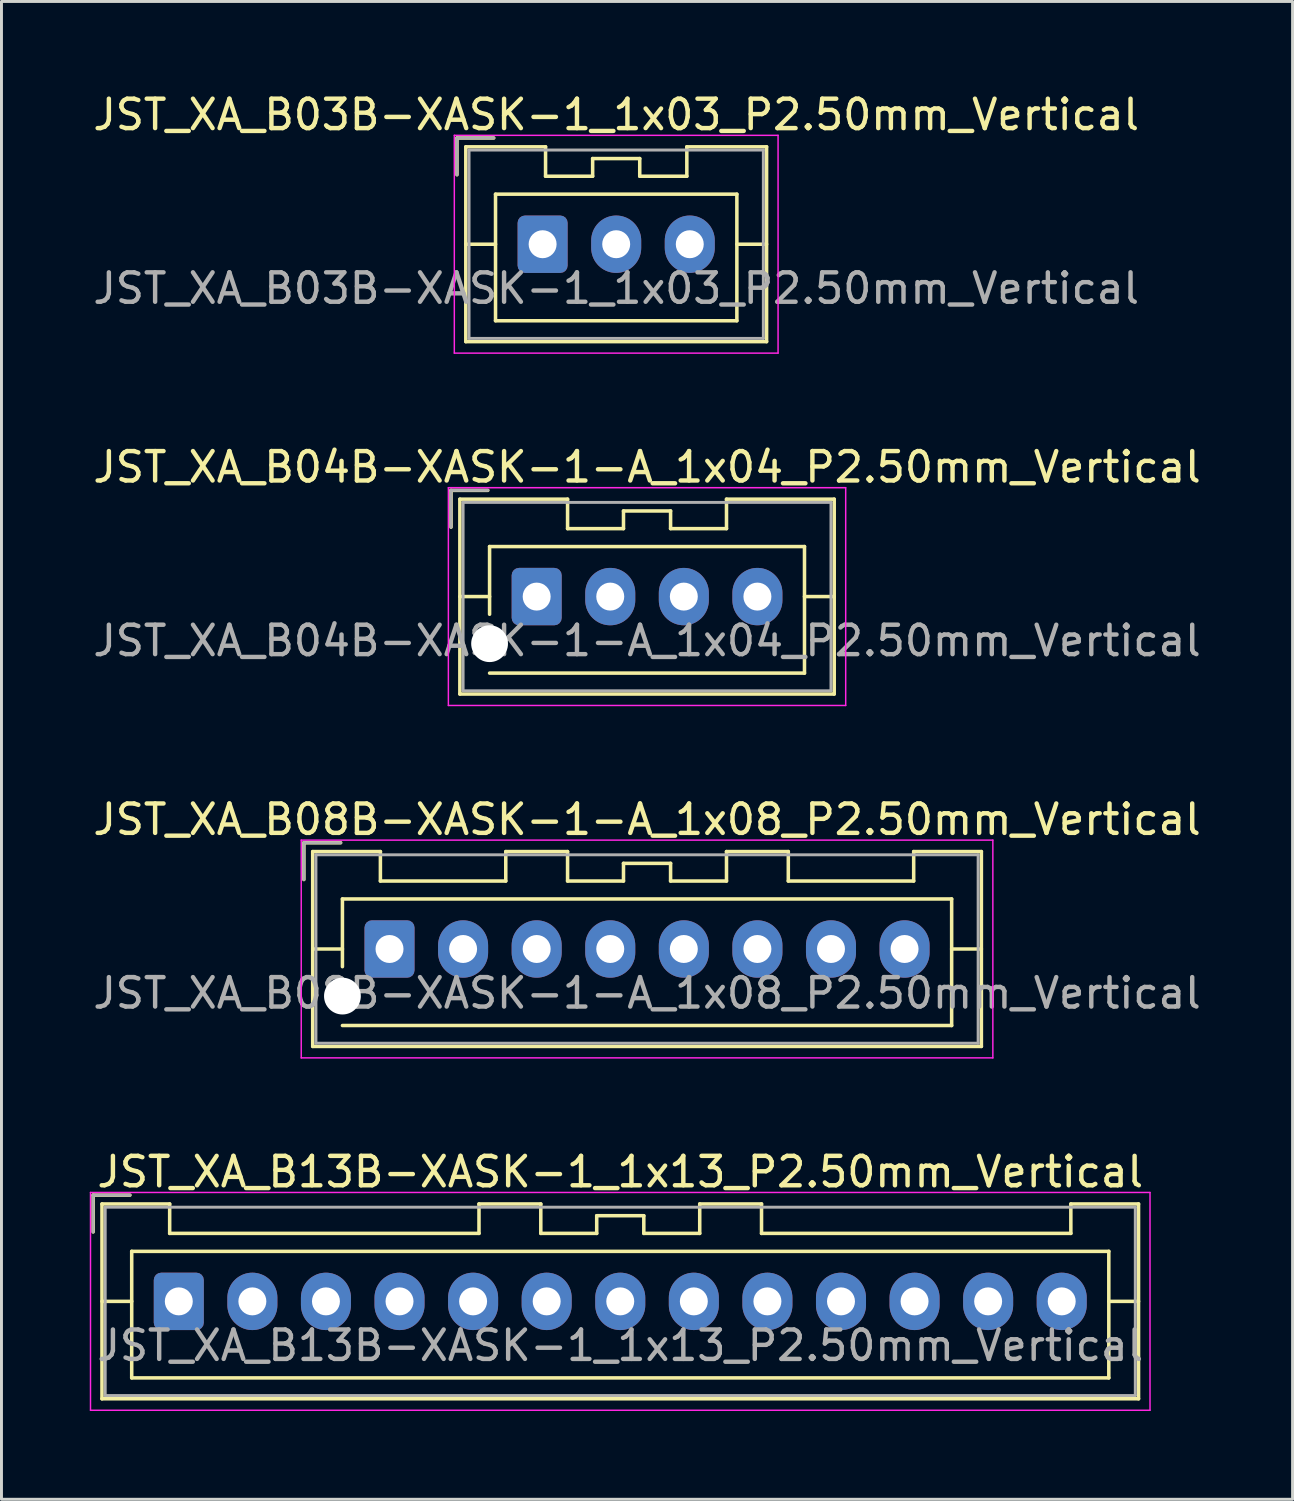
<source format=kicad_pcb>
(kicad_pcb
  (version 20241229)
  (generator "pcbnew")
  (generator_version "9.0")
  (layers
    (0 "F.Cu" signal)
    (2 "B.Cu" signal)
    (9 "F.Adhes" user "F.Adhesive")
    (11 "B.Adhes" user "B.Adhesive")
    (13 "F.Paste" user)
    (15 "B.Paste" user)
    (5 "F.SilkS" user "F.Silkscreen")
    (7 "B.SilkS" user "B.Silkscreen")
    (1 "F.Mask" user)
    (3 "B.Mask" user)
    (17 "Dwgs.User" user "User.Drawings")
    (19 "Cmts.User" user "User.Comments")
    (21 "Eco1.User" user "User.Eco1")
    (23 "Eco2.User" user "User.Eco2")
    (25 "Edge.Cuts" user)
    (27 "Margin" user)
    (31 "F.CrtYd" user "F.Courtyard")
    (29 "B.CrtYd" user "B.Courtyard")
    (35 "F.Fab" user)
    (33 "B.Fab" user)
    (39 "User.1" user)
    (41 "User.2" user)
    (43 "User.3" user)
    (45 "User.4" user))
  (footprint "JST_XA_B13B-XASK-1_1x13_P2.50mm_Vertical"
    (layer "F.Cu")
    (at 3.025 41.168)
    (property "Reference" "JST_XA_B13B-XASK-1_1x13_P2.50mm_Vertical" (at 15 -4.4 0) (layer "F.SilkS") (effects (font (size 1 1) (thickness 0.15))))
    (attr through_hole)
    (fp_line (start -2.91 -3.61) (end -2.91 -2.36) (stroke (width 0.12) (type solid)) (layer "F.SilkS"))
    (fp_line (start -2.61 -3.31) (end -2.61 3.31) (stroke (width 0.12) (type solid)) (layer "F.SilkS"))
    (fp_line (start -2.61 0) (end -1.6 0) (stroke (width 0.12) (type solid)) (layer "F.SilkS"))
    (fp_line (start -2.61 3.31) (end 32.61 3.31) (stroke (width 0.12) (type solid)) (layer "F.SilkS"))
    (fp_line (start -1.66 -3.61) (end -2.91 -3.61) (stroke (width 0.12) (type solid)) (layer "F.SilkS"))
    (fp_line (start -1.6 -1.7) (end -1.6 2.6) (stroke (width 0.12) (type solid)) (layer "F.SilkS"))
    (fp_line (start -1.6 2.6) (end 31.6 2.6) (stroke (width 0.12) (type solid)) (layer "F.SilkS"))
    (fp_line (start -0.31 -3.31) (end -2.61 -3.31) (stroke (width 0.12) (type solid)) (layer "F.SilkS"))
    (fp_line (start -0.31 -2.31) (end -0.31 -3.31) (stroke (width 0.12) (type solid)) (layer "F.SilkS"))
    (fp_line (start 10.2 -3.31) (end 10.2 -2.31) (stroke (width 0.12) (type solid)) (layer "F.SilkS"))
    (fp_line (start 10.2 -2.31) (end -0.31 -2.31) (stroke (width 0.12) (type solid)) (layer "F.SilkS"))
    (fp_line (start 12.3 -3.31) (end 10.2 -3.31) (stroke (width 0.12) (type solid)) (layer "F.SilkS"))
    (fp_line (start 12.3 -2.31) (end 12.3 -3.31) (stroke (width 0.12) (type solid)) (layer "F.SilkS"))
    (fp_line (start 14.2 -2.91) (end 14.2 -2.31) (stroke (width 0.12) (type solid)) (layer "F.SilkS"))
    (fp_line (start 14.2 -2.31) (end 12.3 -2.31) (stroke (width 0.12) (type solid)) (layer "F.SilkS"))
    (fp_line (start 15.8 -2.91) (end 14.2 -2.91) (stroke (width 0.12) (type solid)) (layer "F.SilkS"))
    (fp_line (start 15.8 -2.31) (end 15.8 -2.91) (stroke (width 0.12) (type solid)) (layer "F.SilkS"))
    (fp_line (start 17.7 -3.31) (end 17.7 -2.31) (stroke (width 0.12) (type solid)) (layer "F.SilkS"))
    (fp_line (start 17.7 -2.31) (end 15.8 -2.31) (stroke (width 0.12) (type solid)) (layer "F.SilkS"))
    (fp_line (start 19.8 -3.31) (end 17.7 -3.31) (stroke (width 0.12) (type solid)) (layer "F.SilkS"))
    (fp_line (start 19.8 -2.31) (end 19.8 -3.31) (stroke (width 0.12) (type solid)) (layer "F.SilkS"))
    (fp_line (start 30.31 -3.31) (end 30.31 -2.31) (stroke (width 0.12) (type solid)) (layer "F.SilkS"))
    (fp_line (start 30.31 -2.31) (end 19.8 -2.31) (stroke (width 0.12) (type solid)) (layer "F.SilkS"))
    (fp_line (start 31.6 -1.7) (end -1.6 -1.7) (stroke (width 0.12) (type solid)) (layer "F.SilkS"))
    (fp_line (start 31.6 2.6) (end 31.6 -1.7) (stroke (width 0.12) (type solid)) (layer "F.SilkS"))
    (fp_line (start 32.61 -3.31) (end 30.31 -3.31) (stroke (width 0.12) (type solid)) (layer "F.SilkS"))
    (fp_line (start 32.61 0) (end 31.6 0) (stroke (width 0.12) (type solid)) (layer "F.SilkS"))
    (fp_line (start 32.61 3.31) (end 32.61 -3.31) (stroke (width 0.12) (type solid)) (layer "F.SilkS"))
    (fp_line (start -3 -3.7) (end -3 3.7) (stroke (width 0.05) (type solid)) (layer "F.CrtYd"))
    (fp_line (start -3 3.7) (end 33 3.7) (stroke (width 0.05) (type solid)) (layer "F.CrtYd"))
    (fp_line (start 33 -3.7) (end -3 -3.7) (stroke (width 0.05) (type solid)) (layer "F.CrtYd"))
    (fp_line (start 33 3.7) (end 33 -3.7) (stroke (width 0.05) (type solid)) (layer "F.CrtYd"))
    (fp_line (start -2.91 -3.61) (end -2.91 -2.36) (stroke (width 0.1) (type solid)) (layer "F.Fab"))
    (fp_line (start -2.5 -3.2) (end -2.5 3.2) (stroke (width 0.1) (type solid)) (layer "F.Fab"))
    (fp_line (start -2.5 3.2) (end 32.5 3.2) (stroke (width 0.1) (type solid)) (layer "F.Fab"))
    (fp_line (start -1.66 -3.61) (end -2.91 -3.61) (stroke (width 0.1) (type solid)) (layer "F.Fab"))
    (fp_line (start 32.5 -3.2) (end -2.5 -3.2) (stroke (width 0.1) (type solid)) (layer "F.Fab"))
    (fp_line (start 32.5 3.2) (end 32.5 -3.2) (stroke (width 0.1) (type solid)) (layer "F.Fab"))
    (fp_text user "${REFERENCE}" (at 15 1.5 0) (layer "F.Fab") (effects (font (size 1 1) (thickness 0.15))))
    (pad "1" thru_hole roundrect (at 0 0) (size 1.7 1.95) (drill 0.95) (layers "*.Cu" "*.Mask") (roundrect_rratio 0.147))
    (pad "2" thru_hole oval (at 2.5 0) (size 1.7 1.95) (drill 0.95) (layers "*.Cu" "*.Mask"))
    (pad "3" thru_hole oval (at 5 0) (size 1.7 1.95) (drill 0.95) (layers "*.Cu" "*.Mask"))
    (pad "4" thru_hole oval (at 7.5 0) (size 1.7 1.95) (drill 0.95) (layers "*.Cu" "*.Mask"))
    (pad "5" thru_hole oval (at 10 0) (size 1.7 1.95) (drill 0.95) (layers "*.Cu" "*.Mask"))
    (pad "6" thru_hole oval (at 12.5 0) (size 1.7 1.95) (drill 0.95) (layers "*.Cu" "*.Mask"))
    (pad "7" thru_hole oval (at 15 0) (size 1.7 1.95) (drill 0.95) (layers "*.Cu" "*.Mask"))
    (pad "8" thru_hole oval (at 17.5 0) (size 1.7 1.95) (drill 0.95) (layers "*.Cu" "*.Mask"))
    (pad "9" thru_hole oval (at 20 0) (size 1.7 1.95) (drill 0.95) (layers "*.Cu" "*.Mask"))
    (pad "10" thru_hole oval (at 22.5 0) (size 1.7 1.95) (drill 0.95) (layers "*.Cu" "*.Mask"))
    (pad "11" thru_hole oval (at 25 0) (size 1.7 1.95) (drill 0.95) (layers "*.Cu" "*.Mask"))
    (pad "12" thru_hole oval (at 27.5 0) (size 1.7 1.95) (drill 0.95) (layers "*.Cu" "*.Mask"))
    (pad "13" thru_hole oval (at 30 0) (size 1.7 1.95) (drill 0.95) (layers "*.Cu" "*.Mask")))
  (footprint "JST_XA_B08B-XASK-1-A_1x08_P2.50mm_Vertical"
    (layer "F.Cu")
    (at 10.185 29.195)
    (property "Reference" "JST_XA_B08B-XASK-1-A_1x08_P2.50mm_Vertical" (at 8.75 -4.4 0) (layer "F.SilkS") (effects (font (size 1 1) (thickness 0.15))))
    (attr through_hole)
    (fp_line (start -2.91 -3.61) (end -2.91 -2.36) (stroke (width 0.12) (type solid)) (layer "F.SilkS"))
    (fp_line (start -2.61 -3.31) (end -2.61 3.31) (stroke (width 0.12) (type solid)) (layer "F.SilkS"))
    (fp_line (start -2.61 0) (end -1.6 0) (stroke (width 0.12) (type solid)) (layer "F.SilkS"))
    (fp_line (start -2.61 3.31) (end 20.11 3.31) (stroke (width 0.12) (type solid)) (layer "F.SilkS"))
    (fp_line (start -1.66 -3.61) (end -2.91 -3.61) (stroke (width 0.12) (type solid)) (layer "F.SilkS"))
    (fp_line (start -1.6 -1.7) (end 19.1 -1.7) (stroke (width 0.12) (type solid)) (layer "F.SilkS"))
    (fp_line (start -1.6 0.6) (end -1.6 -1.7) (stroke (width 0.12) (type solid)) (layer "F.SilkS"))
    (fp_line (start -0.31 -3.31) (end -2.61 -3.31) (stroke (width 0.12) (type solid)) (layer "F.SilkS"))
    (fp_line (start -0.31 -2.31) (end -0.31 -3.31) (stroke (width 0.12) (type solid)) (layer "F.SilkS"))
    (fp_line (start 3.95 -3.31) (end 3.95 -2.31) (stroke (width 0.12) (type solid)) (layer "F.SilkS"))
    (fp_line (start 3.95 -2.31) (end -0.31 -2.31) (stroke (width 0.12) (type solid)) (layer "F.SilkS"))
    (fp_line (start 6.05 -3.31) (end 3.95 -3.31) (stroke (width 0.12) (type solid)) (layer "F.SilkS"))
    (fp_line (start 6.05 -2.31) (end 6.05 -3.31) (stroke (width 0.12) (type solid)) (layer "F.SilkS"))
    (fp_line (start 7.95 -2.91) (end 7.95 -2.31) (stroke (width 0.12) (type solid)) (layer "F.SilkS"))
    (fp_line (start 7.95 -2.31) (end 6.05 -2.31) (stroke (width 0.12) (type solid)) (layer "F.SilkS"))
    (fp_line (start 9.55 -2.91) (end 7.95 -2.91) (stroke (width 0.12) (type solid)) (layer "F.SilkS"))
    (fp_line (start 9.55 -2.31) (end 9.55 -2.91) (stroke (width 0.12) (type solid)) (layer "F.SilkS"))
    (fp_line (start 11.45 -3.31) (end 11.45 -2.31) (stroke (width 0.12) (type solid)) (layer "F.SilkS"))
    (fp_line (start 11.45 -2.31) (end 9.55 -2.31) (stroke (width 0.12) (type solid)) (layer "F.SilkS"))
    (fp_line (start 13.55 -3.31) (end 11.45 -3.31) (stroke (width 0.12) (type solid)) (layer "F.SilkS"))
    (fp_line (start 13.55 -2.31) (end 13.55 -3.31) (stroke (width 0.12) (type solid)) (layer "F.SilkS"))
    (fp_line (start 17.81 -3.31) (end 17.81 -2.31) (stroke (width 0.12) (type solid)) (layer "F.SilkS"))
    (fp_line (start 17.81 -2.31) (end 13.55 -2.31) (stroke (width 0.12) (type solid)) (layer "F.SilkS"))
    (fp_line (start 19.1 -1.7) (end 19.1 2.6) (stroke (width 0.12) (type solid)) (layer "F.SilkS"))
    (fp_line (start 19.1 2.6) (end -1.6 2.6) (stroke (width 0.12) (type solid)) (layer "F.SilkS"))
    (fp_line (start 20.11 -3.31) (end 17.81 -3.31) (stroke (width 0.12) (type solid)) (layer "F.SilkS"))
    (fp_line (start 20.11 0) (end 19.1 0) (stroke (width 0.12) (type solid)) (layer "F.SilkS"))
    (fp_line (start 20.11 3.31) (end 20.11 -3.31) (stroke (width 0.12) (type solid)) (layer "F.SilkS"))
    (fp_line (start -3 -3.7) (end -3 3.7) (stroke (width 0.05) (type solid)) (layer "F.CrtYd"))
    (fp_line (start -3 3.7) (end 20.5 3.7) (stroke (width 0.05) (type solid)) (layer "F.CrtYd"))
    (fp_line (start 20.5 -3.7) (end -3 -3.7) (stroke (width 0.05) (type solid)) (layer "F.CrtYd"))
    (fp_line (start 20.5 3.7) (end 20.5 -3.7) (stroke (width 0.05) (type solid)) (layer "F.CrtYd"))
    (fp_line (start -2.91 -3.61) (end -2.91 -2.36) (stroke (width 0.1) (type solid)) (layer "F.Fab"))
    (fp_line (start -2.5 -3.2) (end -2.5 3.2) (stroke (width 0.1) (type solid)) (layer "F.Fab"))
    (fp_line (start -2.5 3.2) (end 20 3.2) (stroke (width 0.1) (type solid)) (layer "F.Fab"))
    (fp_line (start -1.66 -3.61) (end -2.91 -3.61) (stroke (width 0.1) (type solid)) (layer "F.Fab"))
    (fp_line (start 20 -3.2) (end -2.5 -3.2) (stroke (width 0.1) (type solid)) (layer "F.Fab"))
    (fp_line (start 20 3.2) (end 20 -3.2) (stroke (width 0.1) (type solid)) (layer "F.Fab"))
    (fp_text user "${REFERENCE}" (at 8.75 1.5 0) (layer "F.Fab") (effects (font (size 1 1) (thickness 0.15))))
    (pad "" np_thru_hole circle (at -1.6 1.6) (size 1.25 1.25) (drill 1.25) (layers "*.Cu" "*.Mask"))
    (pad "1" thru_hole roundrect (at 0 0) (size 1.7 1.95) (drill 0.95) (layers "*.Cu" "*.Mask") (roundrect_rratio 0.147))
    (pad "2" thru_hole oval (at 2.5 0) (size 1.7 1.95) (drill 0.95) (layers "*.Cu" "*.Mask"))
    (pad "3" thru_hole oval (at 5 0) (size 1.7 1.95) (drill 0.95) (layers "*.Cu" "*.Mask"))
    (pad "4" thru_hole oval (at 7.5 0) (size 1.7 1.95) (drill 0.95) (layers "*.Cu" "*.Mask"))
    (pad "5" thru_hole oval (at 10 0) (size 1.7 1.95) (drill 0.95) (layers "*.Cu" "*.Mask"))
    (pad "6" thru_hole oval (at 12.5 0) (size 1.7 1.95) (drill 0.95) (layers "*.Cu" "*.Mask"))
    (pad "7" thru_hole oval (at 15 0) (size 1.7 1.95) (drill 0.95) (layers "*.Cu" "*.Mask"))
    (pad "8" thru_hole oval (at 17.5 0) (size 1.7 1.95) (drill 0.95) (layers "*.Cu" "*.Mask")))
  (footprint "JST_XA_B03B-XASK-1_1x03_P2.50mm_Vertical"
    (layer "F.Cu")
    (at 15.387 5.248)
    (property "Reference" "JST_XA_B03B-XASK-1_1x03_P2.50mm_Vertical" (at 2.5 -4.4 0) (layer "F.SilkS") (effects (font (size 1 1) (thickness 0.15))))
    (attr through_hole)
    (fp_line (start -2.91 -3.61) (end -2.91 -2.36) (stroke (width 0.12) (type solid)) (layer "F.SilkS"))
    (fp_line (start -2.61 -3.31) (end -2.61 3.31) (stroke (width 0.12) (type solid)) (layer "F.SilkS"))
    (fp_line (start -2.61 0) (end -1.6 0) (stroke (width 0.12) (type solid)) (layer "F.SilkS"))
    (fp_line (start -2.61 3.31) (end 7.61 3.31) (stroke (width 0.12) (type solid)) (layer "F.SilkS"))
    (fp_line (start -1.66 -3.61) (end -2.91 -3.61) (stroke (width 0.12) (type solid)) (layer "F.SilkS"))
    (fp_line (start -1.6 -1.7) (end -1.6 2.6) (stroke (width 0.12) (type solid)) (layer "F.SilkS"))
    (fp_line (start -1.6 2.6) (end 6.6 2.6) (stroke (width 0.12) (type solid)) (layer "F.SilkS"))
    (fp_line (start 0.1 -3.31) (end -2.61 -3.31) (stroke (width 0.12) (type solid)) (layer "F.SilkS"))
    (fp_line (start 0.1 -2.31) (end 0.1 -3.31) (stroke (width 0.12) (type solid)) (layer "F.SilkS"))
    (fp_line (start 1.7 -2.91) (end 1.7 -2.31) (stroke (width 0.12) (type solid)) (layer "F.SilkS"))
    (fp_line (start 1.7 -2.31) (end 0.1 -2.31) (stroke (width 0.12) (type solid)) (layer "F.SilkS"))
    (fp_line (start 3.3 -2.91) (end 1.7 -2.91) (stroke (width 0.12) (type solid)) (layer "F.SilkS"))
    (fp_line (start 3.3 -2.31) (end 3.3 -2.91) (stroke (width 0.12) (type solid)) (layer "F.SilkS"))
    (fp_line (start 4.9 -3.31) (end 4.9 -2.31) (stroke (width 0.12) (type solid)) (layer "F.SilkS"))
    (fp_line (start 4.9 -2.31) (end 3.3 -2.31) (stroke (width 0.12) (type solid)) (layer "F.SilkS"))
    (fp_line (start 6.6 -1.7) (end -1.6 -1.7) (stroke (width 0.12) (type solid)) (layer "F.SilkS"))
    (fp_line (start 6.6 2.6) (end 6.6 -1.7) (stroke (width 0.12) (type solid)) (layer "F.SilkS"))
    (fp_line (start 7.61 -3.31) (end 4.9 -3.31) (stroke (width 0.12) (type solid)) (layer "F.SilkS"))
    (fp_line (start 7.61 0) (end 6.6 0) (stroke (width 0.12) (type solid)) (layer "F.SilkS"))
    (fp_line (start 7.61 3.31) (end 7.61 -3.31) (stroke (width 0.12) (type solid)) (layer "F.SilkS"))
    (fp_line (start -3 -3.7) (end -3 3.7) (stroke (width 0.05) (type solid)) (layer "F.CrtYd"))
    (fp_line (start -3 3.7) (end 8 3.7) (stroke (width 0.05) (type solid)) (layer "F.CrtYd"))
    (fp_line (start 8 -3.7) (end -3 -3.7) (stroke (width 0.05) (type solid)) (layer "F.CrtYd"))
    (fp_line (start 8 3.7) (end 8 -3.7) (stroke (width 0.05) (type solid)) (layer "F.CrtYd"))
    (fp_line (start -2.91 -3.61) (end -2.91 -2.36) (stroke (width 0.1) (type solid)) (layer "F.Fab"))
    (fp_line (start -2.5 -3.2) (end -2.5 3.2) (stroke (width 0.1) (type solid)) (layer "F.Fab"))
    (fp_line (start -2.5 3.2) (end 7.5 3.2) (stroke (width 0.1) (type solid)) (layer "F.Fab"))
    (fp_line (start -1.66 -3.61) (end -2.91 -3.61) (stroke (width 0.1) (type solid)) (layer "F.Fab"))
    (fp_line (start 7.5 -3.2) (end -2.5 -3.2) (stroke (width 0.1) (type solid)) (layer "F.Fab"))
    (fp_line (start 7.5 3.2) (end 7.5 -3.2) (stroke (width 0.1) (type solid)) (layer "F.Fab"))
    (fp_text user "${REFERENCE}" (at 2.5 1.5 0) (layer "F.Fab") (effects (font (size 1 1) (thickness 0.15))))
    (pad "1" thru_hole roundrect (at 0 0) (size 1.7 1.95) (drill 0.95) (layers "*.Cu" "*.Mask") (roundrect_rratio 0.147))
    (pad "2" thru_hole oval (at 2.5 0) (size 1.7 1.95) (drill 0.95) (layers "*.Cu" "*.Mask"))
    (pad "3" thru_hole oval (at 5 0) (size 1.7 1.95) (drill 0.95) (layers "*.Cu" "*.Mask")))
  (footprint "JST_XA_B04B-XASK-1-A_1x04_P2.50mm_Vertical"
    (layer "F.Cu")
    (at 15.185 17.221)
    (property "Reference" "JST_XA_B04B-XASK-1-A_1x04_P2.50mm_Vertical" (at 3.75 -4.4 0) (layer "F.SilkS") (effects (font (size 1 1) (thickness 0.15))))
    (attr through_hole)
    (fp_line (start -2.91 -3.61) (end -2.91 -2.36) (stroke (width 0.12) (type solid)) (layer "F.SilkS"))
    (fp_line (start -2.61 -3.31) (end -2.61 3.31) (stroke (width 0.12) (type solid)) (layer "F.SilkS"))
    (fp_line (start -2.61 0) (end -1.6 0) (stroke (width 0.12) (type solid)) (layer "F.SilkS"))
    (fp_line (start -2.61 3.31) (end 10.11 3.31) (stroke (width 0.12) (type solid)) (layer "F.SilkS"))
    (fp_line (start -1.66 -3.61) (end -2.91 -3.61) (stroke (width 0.12) (type solid)) (layer "F.SilkS"))
    (fp_line (start -1.6 -1.7) (end 9.1 -1.7) (stroke (width 0.12) (type solid)) (layer "F.SilkS"))
    (fp_line (start -1.6 0.6) (end -1.6 -1.7) (stroke (width 0.12) (type solid)) (layer "F.SilkS"))
    (fp_line (start 1.05 -3.31) (end -2.61 -3.31) (stroke (width 0.12) (type solid)) (layer "F.SilkS"))
    (fp_line (start 1.05 -2.31) (end 1.05 -3.31) (stroke (width 0.12) (type solid)) (layer "F.SilkS"))
    (fp_line (start 2.95 -2.91) (end 2.95 -2.31) (stroke (width 0.12) (type solid)) (layer "F.SilkS"))
    (fp_line (start 2.95 -2.31) (end 1.05 -2.31) (stroke (width 0.12) (type solid)) (layer "F.SilkS"))
    (fp_line (start 4.55 -2.91) (end 2.95 -2.91) (stroke (width 0.12) (type solid)) (layer "F.SilkS"))
    (fp_line (start 4.55 -2.31) (end 4.55 -2.91) (stroke (width 0.12) (type solid)) (layer "F.SilkS"))
    (fp_line (start 6.45 -3.31) (end 6.45 -2.31) (stroke (width 0.12) (type solid)) (layer "F.SilkS"))
    (fp_line (start 6.45 -2.31) (end 4.55 -2.31) (stroke (width 0.12) (type solid)) (layer "F.SilkS"))
    (fp_line (start 9.1 -1.7) (end 9.1 2.6) (stroke (width 0.12) (type solid)) (layer "F.SilkS"))
    (fp_line (start 9.1 2.6) (end -1.6 2.6) (stroke (width 0.12) (type solid)) (layer "F.SilkS"))
    (fp_line (start 10.11 -3.31) (end 6.45 -3.31) (stroke (width 0.12) (type solid)) (layer "F.SilkS"))
    (fp_line (start 10.11 0) (end 9.1 0) (stroke (width 0.12) (type solid)) (layer "F.SilkS"))
    (fp_line (start 10.11 3.31) (end 10.11 -3.31) (stroke (width 0.12) (type solid)) (layer "F.SilkS"))
    (fp_line (start -3 -3.7) (end -3 3.7) (stroke (width 0.05) (type solid)) (layer "F.CrtYd"))
    (fp_line (start -3 3.7) (end 10.5 3.7) (stroke (width 0.05) (type solid)) (layer "F.CrtYd"))
    (fp_line (start 10.5 -3.7) (end -3 -3.7) (stroke (width 0.05) (type solid)) (layer "F.CrtYd"))
    (fp_line (start 10.5 3.7) (end 10.5 -3.7) (stroke (width 0.05) (type solid)) (layer "F.CrtYd"))
    (fp_line (start -2.91 -3.61) (end -2.91 -2.36) (stroke (width 0.1) (type solid)) (layer "F.Fab"))
    (fp_line (start -2.5 -3.2) (end -2.5 3.2) (stroke (width 0.1) (type solid)) (layer "F.Fab"))
    (fp_line (start -2.5 3.2) (end 10 3.2) (stroke (width 0.1) (type solid)) (layer "F.Fab"))
    (fp_line (start -1.66 -3.61) (end -2.91 -3.61) (stroke (width 0.1) (type solid)) (layer "F.Fab"))
    (fp_line (start 10 -3.2) (end -2.5 -3.2) (stroke (width 0.1) (type solid)) (layer "F.Fab"))
    (fp_line (start 10 3.2) (end 10 -3.2) (stroke (width 0.1) (type solid)) (layer "F.Fab"))
    (fp_text user "${REFERENCE}" (at 3.75 1.5 0) (layer "F.Fab") (effects (font (size 1 1) (thickness 0.15))))
    (pad "" np_thru_hole circle (at -1.6 1.6) (size 1.25 1.25) (drill 1.25) (layers "*.Cu" "*.Mask"))
    (pad "1" thru_hole roundrect (at 0 0) (size 1.7 1.95) (drill 0.95) (layers "*.Cu" "*.Mask") (roundrect_rratio 0.147))
    (pad "2" thru_hole oval (at 2.5 0) (size 1.7 1.95) (drill 0.95) (layers "*.Cu" "*.Mask"))
    (pad "3" thru_hole oval (at 5 0) (size 1.7 1.95) (drill 0.95) (layers "*.Cu" "*.Mask"))
    (pad "4" thru_hole oval (at 7.5 0) (size 1.7 1.95) (drill 0.95) (layers "*.Cu" "*.Mask")))
  (gr_rect
    (start -3 -3)
    (end 40.869 47.893)
    (stroke (width 0.1) (type default))
    (fill no)
    (layer "Edge.Cuts")))
</source>
